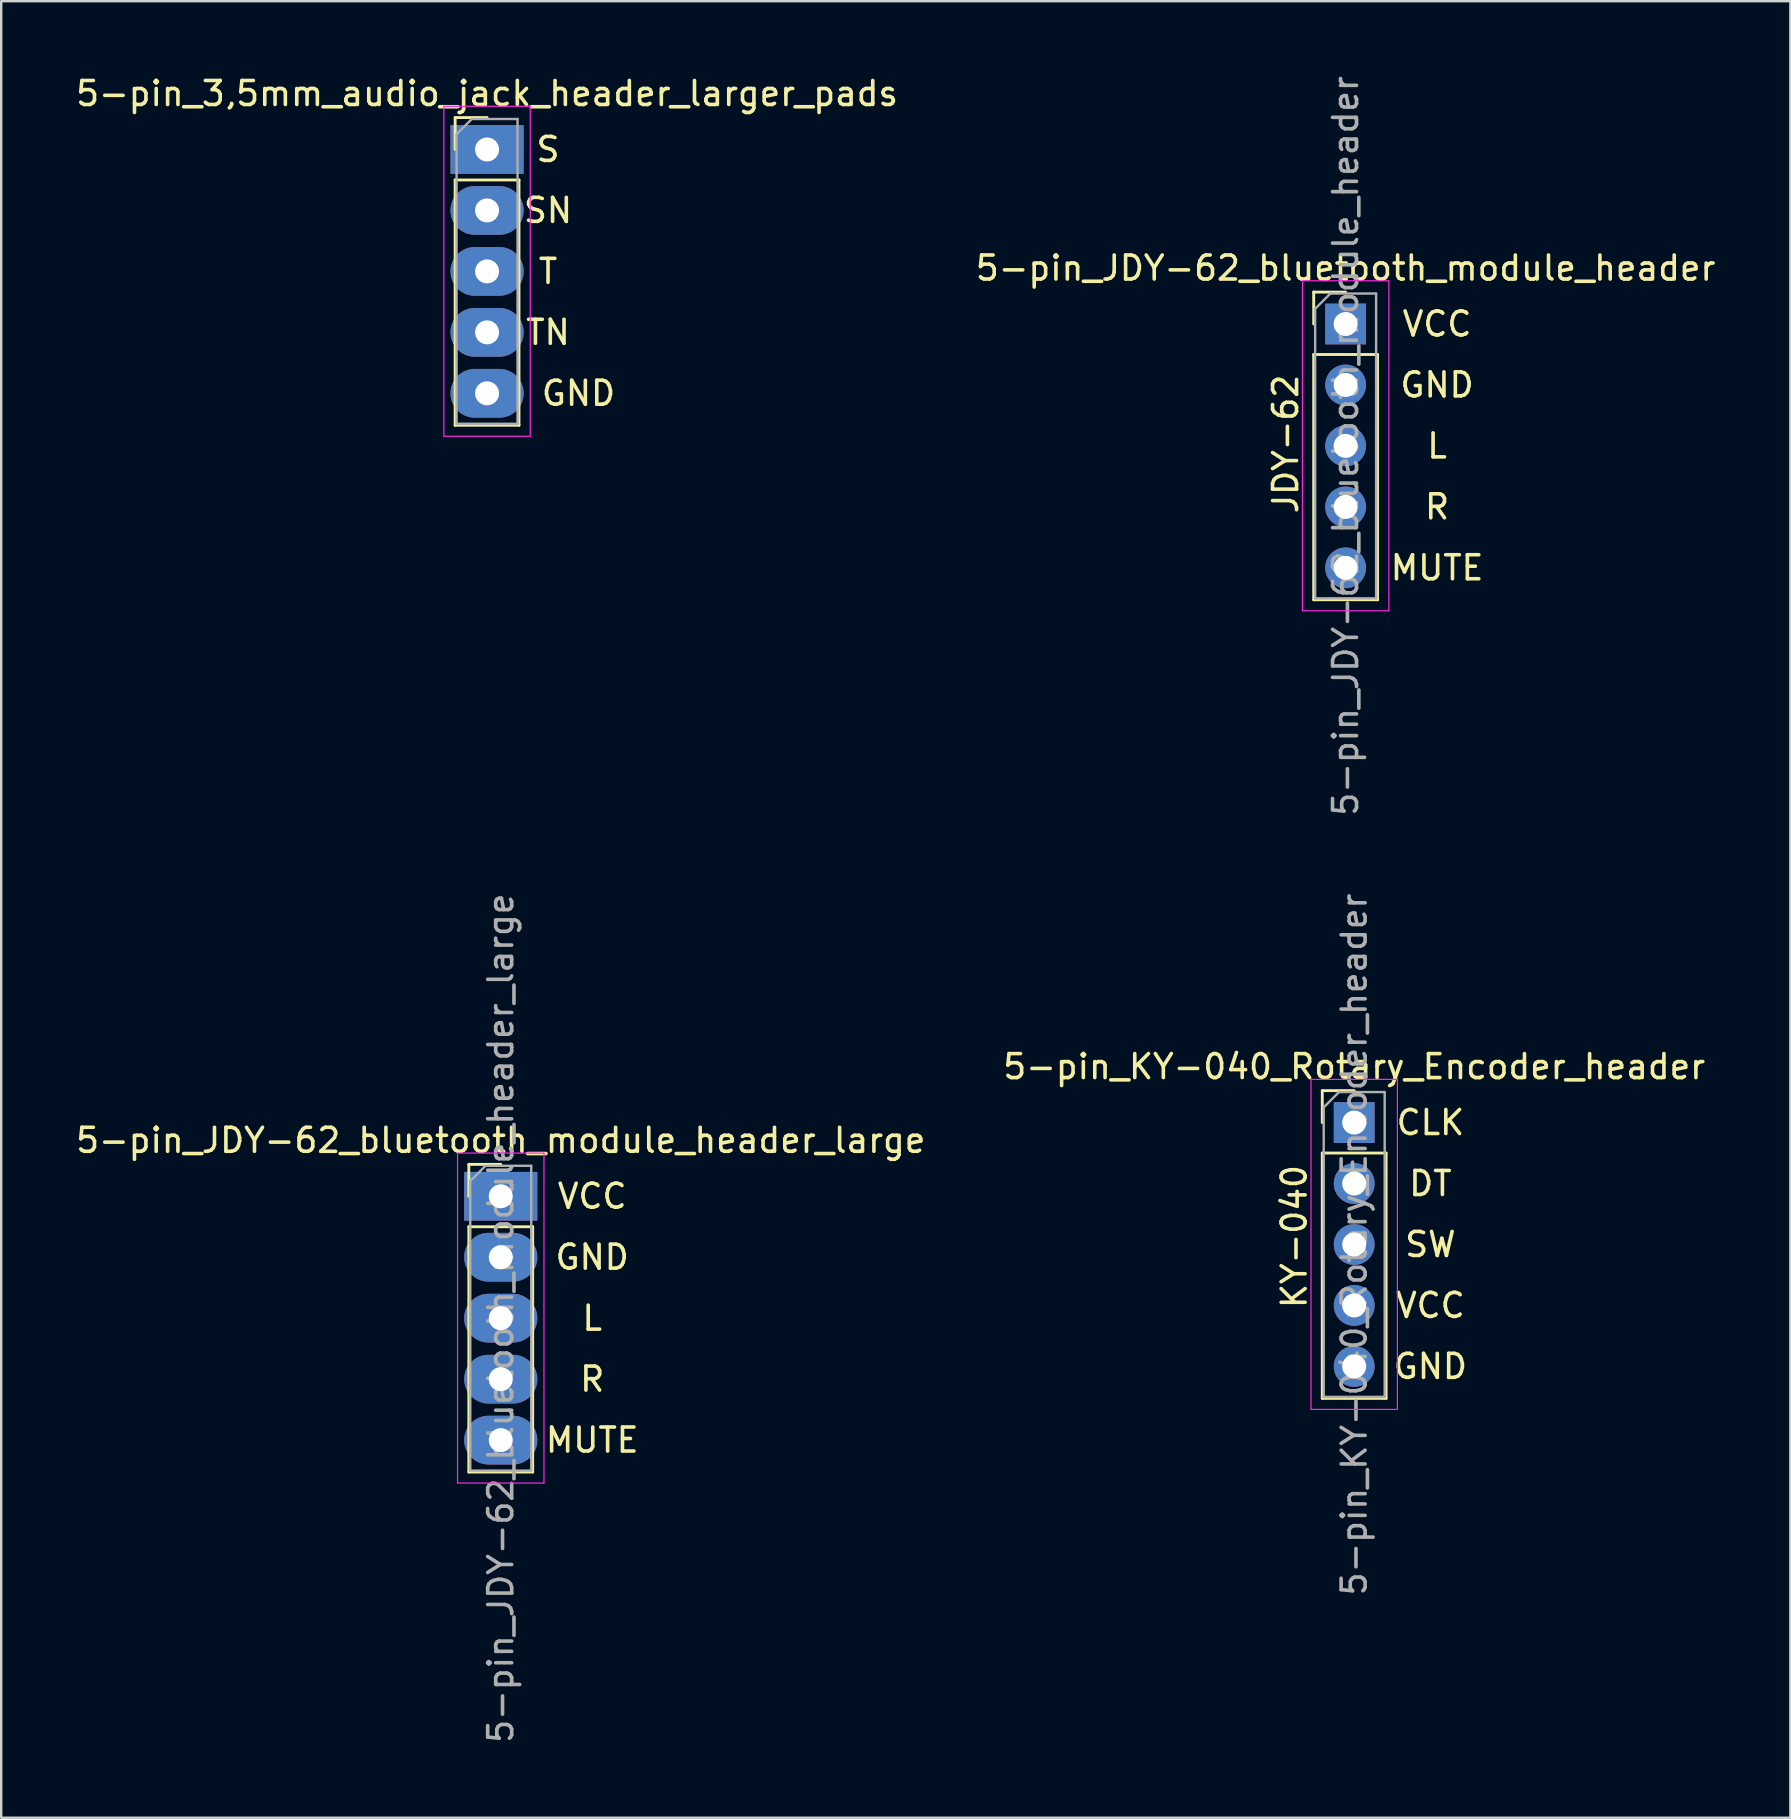
<source format=kicad_pcb>
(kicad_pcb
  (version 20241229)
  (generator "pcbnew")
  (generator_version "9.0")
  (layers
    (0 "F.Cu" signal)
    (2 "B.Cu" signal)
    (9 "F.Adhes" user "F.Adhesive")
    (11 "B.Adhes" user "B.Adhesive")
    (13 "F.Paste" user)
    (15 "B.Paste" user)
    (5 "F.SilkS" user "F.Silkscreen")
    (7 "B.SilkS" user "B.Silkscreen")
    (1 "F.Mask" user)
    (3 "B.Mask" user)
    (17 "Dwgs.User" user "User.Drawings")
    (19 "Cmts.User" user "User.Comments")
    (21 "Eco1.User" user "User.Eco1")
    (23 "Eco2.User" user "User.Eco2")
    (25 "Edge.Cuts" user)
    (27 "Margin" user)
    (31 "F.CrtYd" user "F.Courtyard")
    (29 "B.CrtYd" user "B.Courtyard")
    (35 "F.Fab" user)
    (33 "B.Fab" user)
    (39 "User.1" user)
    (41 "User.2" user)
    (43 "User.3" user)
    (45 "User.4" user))
  (footprint "5-pin_JDY-62_bluetooth_module_header"
    (layer "F.Cu")
    (at 53.018 10.45)
    (property "Reference" "5-pin_JDY-62_bluetooth_module_header" (at 0 -2.33 0) (layer "F.SilkS") (effects (font (size 1 1) (thickness 0.15))))
    (attr through_hole)
    (fp_line (start -1.33 -1.33) (end 0 -1.33) (stroke (width 0.12) (type solid)) (layer "F.SilkS"))
    (fp_line (start -1.33 0) (end -1.33 -1.33) (stroke (width 0.12) (type solid)) (layer "F.SilkS"))
    (fp_line (start -1.33 1.27) (end -1.33 11.49) (stroke (width 0.12) (type solid)) (layer "F.SilkS"))
    (fp_line (start -1.33 1.27) (end 1.33 1.27) (stroke (width 0.12) (type solid)) (layer "F.SilkS"))
    (fp_line (start -1.33 11.49) (end 1.33 11.49) (stroke (width 0.12) (type solid)) (layer "F.SilkS"))
    (fp_line (start 1.33 1.27) (end 1.33 11.49) (stroke (width 0.12) (type solid)) (layer "F.SilkS"))
    (fp_line (start -1.8 -1.8) (end -1.8 11.95) (stroke (width 0.05) (type solid)) (layer "F.CrtYd"))
    (fp_line (start -1.8 11.95) (end 1.8 11.95) (stroke (width 0.05) (type solid)) (layer "F.CrtYd"))
    (fp_line (start 1.8 -1.8) (end -1.8 -1.8) (stroke (width 0.05) (type solid)) (layer "F.CrtYd"))
    (fp_line (start 1.8 11.95) (end 1.8 -1.8) (stroke (width 0.05) (type solid)) (layer "F.CrtYd"))
    (fp_line (start -1.27 -0.635) (end -0.635 -1.27) (stroke (width 0.1) (type solid)) (layer "F.Fab"))
    (fp_line (start -1.27 11.43) (end -1.27 -0.635) (stroke (width 0.1) (type solid)) (layer "F.Fab"))
    (fp_line (start -0.635 -1.27) (end 1.27 -1.27) (stroke (width 0.1) (type solid)) (layer "F.Fab"))
    (fp_line (start 1.27 -1.27) (end 1.27 11.43) (stroke (width 0.1) (type solid)) (layer "F.Fab"))
    (fp_line (start 1.27 11.43) (end -1.27 11.43) (stroke (width 0.1) (type solid)) (layer "F.Fab"))
    (fp_text user "R" (at 3.81 7.62 0) (layer "F.SilkS") (effects (font (size 1 1) (thickness 0.15))))
    (fp_text user "MUTE" (at 3.81 10.16 0) (layer "F.SilkS") (effects (font (size 1 1) (thickness 0.15))))
    (fp_text user "VCC" (at 3.81 0 0) (layer "F.SilkS") (effects (font (size 1 1) (thickness 0.15))))
    (fp_text user "GND" (at 3.81 2.54 0) (layer "F.SilkS") (effects (font (size 1 1) (thickness 0.15))))
    (fp_text user "L" (at 3.81 5.08 0) (layer "F.SilkS") (effects (font (size 1 1) (thickness 0.15))))
    (fp_text user "JDY-62" (at -2.5 5 90) (layer "F.SilkS") (effects (font (size 1 1) (thickness 0.15))))
    (fp_text user "${REFERENCE}" (at 0 5.08 90) (layer "F.Fab") (effects (font (size 1 1) (thickness 0.15))))
    (pad "1" thru_hole rect (at 0 0) (size 1.7 1.7) (drill 1) (layers "*.Cu" "*.Mask"))
    (pad "2" thru_hole oval (at 0 2.54) (size 1.7 1.7) (drill 1) (layers "*.Cu" "*.Mask"))
    (pad "3" thru_hole oval (at 0 5.08) (size 1.7 1.7) (drill 1) (layers "*.Cu" "*.Mask"))
    (pad "4" thru_hole oval (at 0 7.62) (size 1.7 1.7) (drill 1) (layers "*.Cu" "*.Mask"))
    (pad "5" thru_hole oval (at 0 10.16) (size 1.7 1.7) (drill 1) (layers "*.Cu" "*.Mask")))
  (footprint "5-pin_JDY-62_bluetooth_module_header_large"
    (layer "F.Cu")
    (at 17.815 46.795)
    (property "Reference" "5-pin_JDY-62_bluetooth_module_header_large" (at 0 -2.33 0) (layer "F.SilkS") (effects (font (size 1 1) (thickness 0.15))))
    (attr through_hole)
    (fp_line (start -1.33 -1.33) (end 0 -1.33) (stroke (width 0.12) (type solid)) (layer "F.SilkS"))
    (fp_line (start -1.33 0) (end -1.33 -1.33) (stroke (width 0.12) (type solid)) (layer "F.SilkS"))
    (fp_line (start -1.33 1.27) (end -1.33 11.49) (stroke (width 0.12) (type solid)) (layer "F.SilkS"))
    (fp_line (start -1.33 1.27) (end 1.33 1.27) (stroke (width 0.12) (type solid)) (layer "F.SilkS"))
    (fp_line (start -1.33 11.49) (end 1.33 11.49) (stroke (width 0.12) (type solid)) (layer "F.SilkS"))
    (fp_line (start 1.33 1.27) (end 1.33 11.49) (stroke (width 0.12) (type solid)) (layer "F.SilkS"))
    (fp_line (start -1.8 -1.8) (end -1.8 11.95) (stroke (width 0.05) (type solid)) (layer "F.CrtYd"))
    (fp_line (start -1.8 11.95) (end 1.8 11.95) (stroke (width 0.05) (type solid)) (layer "F.CrtYd"))
    (fp_line (start 1.8 -1.8) (end -1.8 -1.8) (stroke (width 0.05) (type solid)) (layer "F.CrtYd"))
    (fp_line (start 1.8 11.95) (end 1.8 -1.8) (stroke (width 0.05) (type solid)) (layer "F.CrtYd"))
    (fp_line (start -1.27 -0.635) (end -0.635 -1.27) (stroke (width 0.1) (type solid)) (layer "F.Fab"))
    (fp_line (start -1.27 11.43) (end -1.27 -0.635) (stroke (width 0.1) (type solid)) (layer "F.Fab"))
    (fp_line (start -0.635 -1.27) (end 1.27 -1.27) (stroke (width 0.1) (type solid)) (layer "F.Fab"))
    (fp_line (start 1.27 -1.27) (end 1.27 11.43) (stroke (width 0.1) (type solid)) (layer "F.Fab"))
    (fp_line (start 1.27 11.43) (end -1.27 11.43) (stroke (width 0.1) (type solid)) (layer "F.Fab"))
    (fp_text user "MUTE" (at 3.81 10.16 0) (layer "F.SilkS") (effects (font (size 1 1) (thickness 0.15))))
    (fp_text user "R" (at 3.81 7.62 0) (layer "F.SilkS") (effects (font (size 1 1) (thickness 0.15))))
    (fp_text user "VCC" (at 3.81 0 0) (layer "F.SilkS") (effects (font (size 1 1) (thickness 0.15))))
    (fp_text user "L" (at 3.81 5.08 0) (layer "F.SilkS") (effects (font (size 1 1) (thickness 0.15))))
    (fp_text user "GND" (at 3.81 2.54 0) (layer "F.SilkS") (effects (font (size 1 1) (thickness 0.15))))
    (fp_text user "${REFERENCE}" (at 0 5.08 90) (layer "F.Fab") (effects (font (size 1 1) (thickness 0.15))))
    (pad "1" thru_hole rect (at 0 0) (size 3.048 2.032) (drill 1) (layers "*.Cu" "*.Mask"))
    (pad "2" thru_hole oval (at 0 2.54) (size 3.048 2.032) (drill 1) (layers "*.Cu" "*.Mask"))
    (pad "3" thru_hole oval (at 0 5.08) (size 3.048 2.032) (drill 1) (layers "*.Cu" "*.Mask"))
    (pad "4" thru_hole oval (at 0 7.62) (size 3.048 2.032) (drill 1) (layers "*.Cu" "*.Mask"))
    (pad "5" thru_hole oval (at 0 10.16) (size 3.048 2.032) (drill 1) (layers "*.Cu" "*.Mask")))
  (footprint "5-pin_3,5mm_audio_jack_header_larger_pads"
    (layer "F.Cu")
    (at 17.244 3.178)
    (property "Reference" "5-pin_3,5mm_audio_jack_header_larger_pads" (at 0 -2.33 0) (layer "F.SilkS") (effects (font (size 1 1) (thickness 0.15))))
    (attr through_hole)
    (fp_line (start -1.33 -1.33) (end 0 -1.33) (stroke (width 0.12) (type solid)) (layer "F.SilkS"))
    (fp_line (start -1.33 0) (end -1.33 -1.33) (stroke (width 0.12) (type solid)) (layer "F.SilkS"))
    (fp_line (start -1.33 1.27) (end -1.33 11.49) (stroke (width 0.12) (type solid)) (layer "F.SilkS"))
    (fp_line (start -1.33 1.27) (end 1.33 1.27) (stroke (width 0.12) (type solid)) (layer "F.SilkS"))
    (fp_line (start -1.33 11.49) (end 1.33 11.49) (stroke (width 0.12) (type solid)) (layer "F.SilkS"))
    (fp_line (start 1.33 1.27) (end 1.33 11.49) (stroke (width 0.12) (type solid)) (layer "F.SilkS"))
    (fp_line (start -1.8 -1.8) (end -1.8 11.95) (stroke (width 0.05) (type solid)) (layer "F.CrtYd"))
    (fp_line (start -1.8 11.95) (end 1.8 11.95) (stroke (width 0.05) (type solid)) (layer "F.CrtYd"))
    (fp_line (start 1.8 -1.8) (end -1.8 -1.8) (stroke (width 0.05) (type solid)) (layer "F.CrtYd"))
    (fp_line (start 1.8 11.95) (end 1.8 -1.8) (stroke (width 0.05) (type solid)) (layer "F.CrtYd"))
    (fp_line (start -1.27 -0.635) (end -0.635 -1.27) (stroke (width 0.1) (type solid)) (layer "F.Fab"))
    (fp_line (start -1.27 11.43) (end -1.27 -0.635) (stroke (width 0.1) (type solid)) (layer "F.Fab"))
    (fp_line (start -0.635 -1.27) (end 1.27 -1.27) (stroke (width 0.1) (type solid)) (layer "F.Fab"))
    (fp_line (start 1.27 -1.27) (end 1.27 11.43) (stroke (width 0.1) (type solid)) (layer "F.Fab"))
    (fp_line (start 1.27 11.43) (end -1.27 11.43) (stroke (width 0.1) (type solid)) (layer "F.Fab"))
    (fp_text user "S" (at 2.54 0 0) (layer "F.SilkS") (effects (font (size 1 1) (thickness 0.15))))
    (fp_text user "SN" (at 2.54 2.54 0) (layer "F.SilkS") (effects (font (size 1 1) (thickness 0.15))))
    (fp_text user "GND" (at 3.81 10.16 0) (layer "F.SilkS") (effects (font (size 1 1) (thickness 0.15))))
    (fp_text user "TN" (at 2.54 7.62 0) (layer "F.SilkS") (effects (font (size 1 1) (thickness 0.15))))
    (fp_text user "T" (at 2.54 5.08 0) (layer "F.SilkS") (effects (font (size 1 1) (thickness 0.15))))
    (pad "1" thru_hole rect (at 0 0) (size 3.048 2.032) (drill 1) (layers "*.Cu" "*.Mask"))
    (pad "2" thru_hole oval (at 0 2.54) (size 3.048 2.032) (drill 1) (layers "*.Cu" "*.Mask"))
    (pad "3" thru_hole oval (at 0 5.08) (size 3.048 2.032) (drill 1) (layers "*.Cu" "*.Mask"))
    (pad "4" thru_hole oval (at 0 7.62) (size 3.048 2.032) (drill 1) (layers "*.Cu" "*.Mask"))
    (pad "5" thru_hole oval (at 0 10.16) (size 3.048 2.032) (drill 1) (layers "*.Cu" "*.Mask")))
  (footprint "5-pin_KY-040_Rotary_Encoder_header"
    (layer "F.Cu")
    (at 53.375 43.724)
    (property "Reference" "5-pin_KY-040_Rotary_Encoder_header" (at 0 -2.33 0) (layer "F.SilkS") (effects (font (size 1 1) (thickness 0.15))))
    (attr through_hole)
    (fp_line (start -1.33 -1.33) (end 0 -1.33) (stroke (width 0.12) (type solid)) (layer "F.SilkS"))
    (fp_line (start -1.33 0) (end -1.33 -1.33) (stroke (width 0.12) (type solid)) (layer "F.SilkS"))
    (fp_line (start -1.33 1.27) (end -1.33 11.49) (stroke (width 0.12) (type solid)) (layer "F.SilkS"))
    (fp_line (start -1.33 1.27) (end 1.33 1.27) (stroke (width 0.12) (type solid)) (layer "F.SilkS"))
    (fp_line (start -1.33 11.49) (end 1.33 11.49) (stroke (width 0.12) (type solid)) (layer "F.SilkS"))
    (fp_line (start 1.33 1.27) (end 1.33 11.49) (stroke (width 0.12) (type solid)) (layer "F.SilkS"))
    (fp_line (start -1.8 -1.8) (end -1.8 11.95) (stroke (width 0.05) (type solid)) (layer "F.CrtYd"))
    (fp_line (start -1.8 11.95) (end 1.8 11.95) (stroke (width 0.05) (type solid)) (layer "F.CrtYd"))
    (fp_line (start 1.8 -1.8) (end -1.8 -1.8) (stroke (width 0.05) (type solid)) (layer "F.CrtYd"))
    (fp_line (start 1.8 11.95) (end 1.8 -1.8) (stroke (width 0.05) (type solid)) (layer "F.CrtYd"))
    (fp_line (start -1.27 -0.635) (end -0.635 -1.27) (stroke (width 0.1) (type solid)) (layer "F.Fab"))
    (fp_line (start -1.27 11.43) (end -1.27 -0.635) (stroke (width 0.1) (type solid)) (layer "F.Fab"))
    (fp_line (start -0.635 -1.27) (end 1.27 -1.27) (stroke (width 0.1) (type solid)) (layer "F.Fab"))
    (fp_line (start 1.27 -1.27) (end 1.27 11.43) (stroke (width 0.1) (type solid)) (layer "F.Fab"))
    (fp_line (start 1.27 11.43) (end -1.27 11.43) (stroke (width 0.1) (type solid)) (layer "F.Fab"))
    (fp_text user "SW" (at 3.175 5.08 0) (layer "F.SilkS") (effects (font (size 1 1) (thickness 0.15))))
    (fp_text user "KY-040" (at -2.5 4.75 90) (layer "F.SilkS") (effects (font (size 1 1) (thickness 0.15))))
    (fp_text user "DT" (at 3.175 2.54 0) (layer "F.SilkS") (effects (font (size 1 1) (thickness 0.15))))
    (fp_text user "CLK" (at 3.175 0 0) (layer "F.SilkS") (effects (font (size 1 1) (thickness 0.15))))
    (fp_text user "VCC" (at 3.175 7.62 0) (layer "F.SilkS") (effects (font (size 1 1) (thickness 0.15))))
    (fp_text user "GND" (at 3.175 10.16 0) (layer "F.SilkS") (effects (font (size 1 1) (thickness 0.15))))
    (fp_text user "${REFERENCE}" (at 0 5.08 90) (layer "F.Fab") (effects (font (size 1 1) (thickness 0.15))))
    (pad "1" thru_hole rect (at 0 0) (size 1.7 1.7) (drill 1) (layers "*.Cu" "*.Mask"))
    (pad "2" thru_hole oval (at 0 2.54) (size 1.7 1.7) (drill 1) (layers "*.Cu" "*.Mask"))
    (pad "3" thru_hole oval (at 0 5.08) (size 1.7 1.7) (drill 1) (layers "*.Cu" "*.Mask"))
    (pad "4" thru_hole oval (at 0 7.62) (size 1.7 1.7) (drill 1) (layers "*.Cu" "*.Mask"))
    (pad "5" thru_hole oval (at 0 10.16) (size 1.7 1.7) (drill 1) (layers "*.Cu" "*.Mask")))
  (gr_rect
    (start -3 -3)
    (end 71.548 72.69)
    (stroke (width 0.1) (type default))
    (fill no)
    (layer "Edge.Cuts")))
</source>
